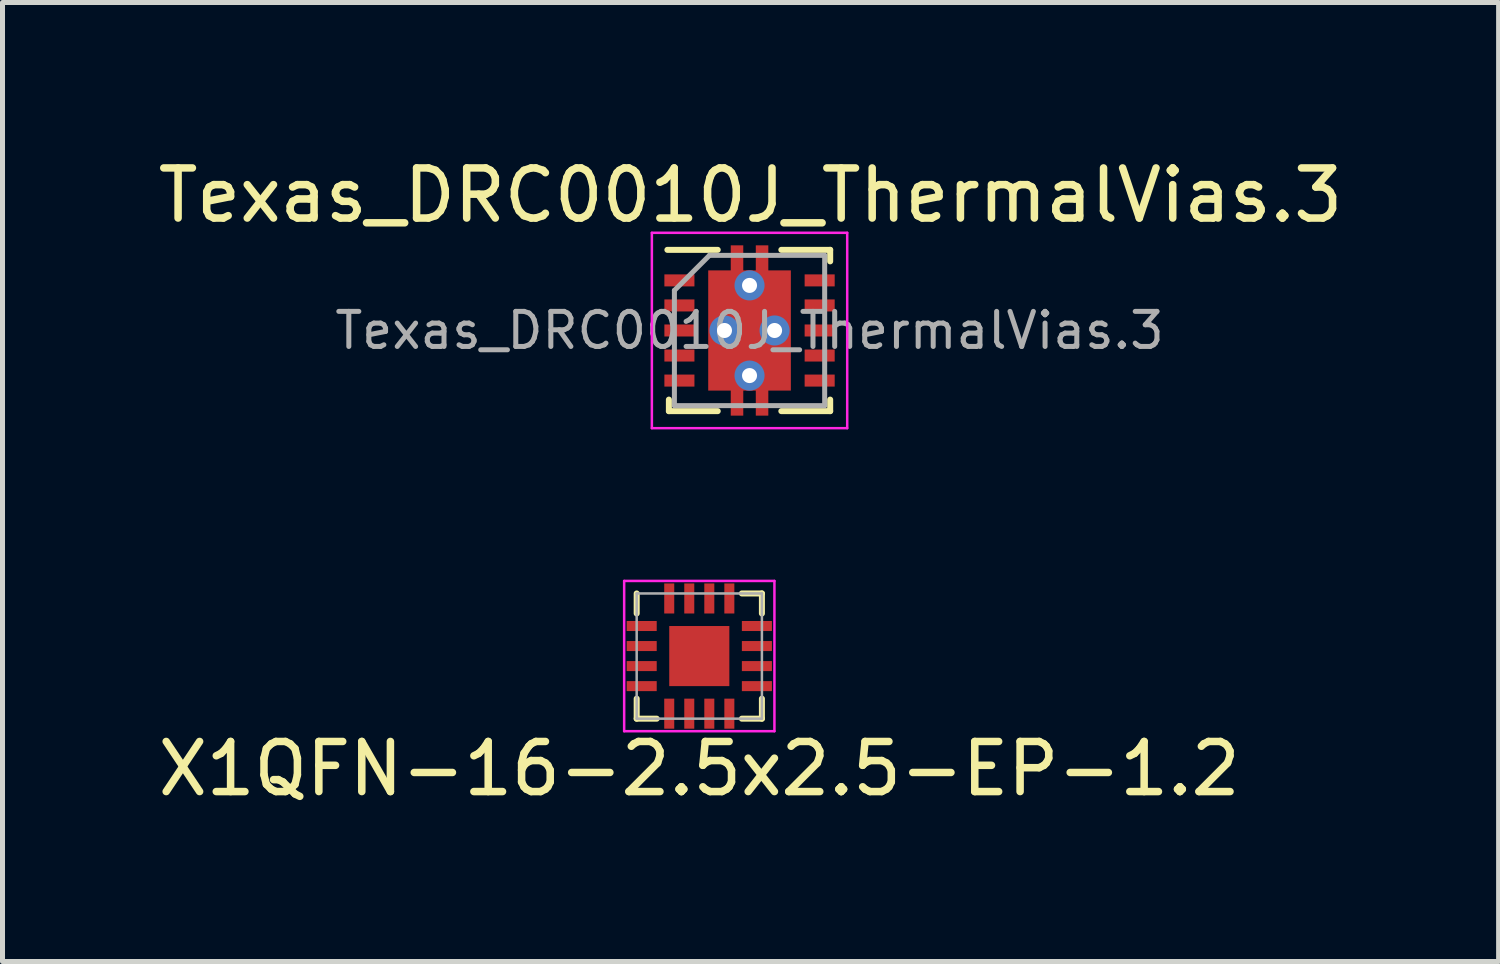
<source format=kicad_pcb>
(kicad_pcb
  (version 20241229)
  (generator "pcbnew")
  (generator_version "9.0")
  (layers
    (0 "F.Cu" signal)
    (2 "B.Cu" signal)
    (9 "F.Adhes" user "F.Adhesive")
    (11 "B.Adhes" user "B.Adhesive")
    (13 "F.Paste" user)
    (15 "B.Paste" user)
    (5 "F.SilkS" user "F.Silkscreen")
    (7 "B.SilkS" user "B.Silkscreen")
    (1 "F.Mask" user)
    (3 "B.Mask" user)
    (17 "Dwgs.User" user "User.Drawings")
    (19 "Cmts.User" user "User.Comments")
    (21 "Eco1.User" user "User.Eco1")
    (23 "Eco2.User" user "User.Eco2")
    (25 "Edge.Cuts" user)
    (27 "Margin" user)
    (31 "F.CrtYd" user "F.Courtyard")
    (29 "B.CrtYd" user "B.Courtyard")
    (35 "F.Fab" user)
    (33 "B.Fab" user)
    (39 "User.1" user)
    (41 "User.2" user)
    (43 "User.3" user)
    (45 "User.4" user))
  (footprint "X1QFN-16-2.5x2.5-EP-1.2"
    (layer "F.Cu")
    (at 10.911 10.048)
    (property "Reference" "X1QFN-16-2.5x2.5-EP-1.2" (at 0 2.25 0) (layer "F.SilkS") (effects (font (size 1 1) (thickness 0.15))))
    (attr smd)
    (fp_line (start -1.25 -0.85) (end -1.25 -1.25) (stroke (width 0.12) (type solid)) (layer "F.SilkS"))
    (fp_line (start -1.25 1.25) (end -1.25 0.85) (stroke (width 0.12) (type solid)) (layer "F.SilkS"))
    (fp_line (start -0.85 1.25) (end -1.25 1.25) (stroke (width 0.12) (type solid)) (layer "F.SilkS"))
    (fp_line (start 0.85 -1.25) (end 1.25 -1.25) (stroke (width 0.12) (type solid)) (layer "F.SilkS"))
    (fp_line (start 1.25 -1.25) (end 1.25 -0.85) (stroke (width 0.12) (type solid)) (layer "F.SilkS"))
    (fp_line (start 1.25 0.85) (end 1.25 1.25) (stroke (width 0.12) (type solid)) (layer "F.SilkS"))
    (fp_line (start 1.25 1.25) (end 0.85 1.25) (stroke (width 0.12) (type solid)) (layer "F.SilkS"))
    (fp_line (start -1.5 -1.5) (end 1.5 -1.5) (stroke (width 0.05) (type solid)) (layer "F.CrtYd"))
    (fp_line (start -1.5 1.5) (end -1.5 -1.5) (stroke (width 0.05) (type solid)) (layer "F.CrtYd"))
    (fp_line (start 1.5 -1.5) (end 1.5 1.5) (stroke (width 0.05) (type solid)) (layer "F.CrtYd"))
    (fp_line (start 1.5 1.5) (end -1.5 1.5) (stroke (width 0.05) (type solid)) (layer "F.CrtYd"))
    (fp_line (start -1.25 -1.25) (end 1.25 -1.25) (stroke (width 0.05) (type solid)) (layer "F.Fab"))
    (fp_line (start -1.25 1.25) (end -1.25 -1.25) (stroke (width 0.05) (type solid)) (layer "F.Fab"))
    (fp_line (start 1.25 -1.25) (end 1.25 1.25) (stroke (width 0.05) (type solid)) (layer "F.Fab"))
    (fp_line (start 1.25 1.25) (end -1.25 1.25) (stroke (width 0.05) (type solid)) (layer "F.Fab"))
    (pad "1" smd rect (at -1.15 -0.6) (size 0.6 0.2) (layers "F.Cu" "F.Mask" "F.Paste"))
    (pad "2" smd rect (at -1.15 -0.2) (size 0.6 0.2) (layers "F.Cu" "F.Mask" "F.Paste"))
    (pad "3" smd rect (at -1.15 0.2) (size 0.6 0.2) (layers "F.Cu" "F.Mask" "F.Paste"))
    (pad "4" smd rect (at -1.15 0.6) (size 0.6 0.2) (layers "F.Cu" "F.Mask" "F.Paste"))
    (pad "5" smd rect (at -0.6 1.15 90) (size 0.6 0.2) (layers "F.Cu" "F.Mask" "F.Paste"))
    (pad "6" smd rect (at -0.2 1.15 90) (size 0.6 0.2) (layers "F.Cu" "F.Mask" "F.Paste"))
    (pad "7" smd rect (at 0.2 1.15 90) (size 0.6 0.2) (layers "F.Cu" "F.Mask" "F.Paste"))
    (pad "8" smd rect (at 0.6 1.15 90) (size 0.6 0.2) (layers "F.Cu" "F.Mask" "F.Paste"))
    (pad "9" smd rect (at 1.15 0.6 180) (size 0.6 0.2) (layers "F.Cu" "F.Mask" "F.Paste"))
    (pad "10" smd rect (at 1.15 0.2 180) (size 0.6 0.2) (layers "F.Cu" "F.Mask" "F.Paste"))
    (pad "11" smd rect (at 1.15 -0.2 180) (size 0.6 0.2) (layers "F.Cu" "F.Mask" "F.Paste"))
    (pad "12" smd rect (at 1.15 -0.6 180) (size 0.6 0.2) (layers "F.Cu" "F.Mask" "F.Paste"))
    (pad "13" smd rect (at 0.6 -1.15 270) (size 0.6 0.2) (layers "F.Cu" "F.Mask" "F.Paste"))
    (pad "14" smd rect (at 0.2 -1.15 270) (size 0.6 0.2) (layers "F.Cu" "F.Mask" "F.Paste"))
    (pad "15" smd rect (at -0.2 -1.15 270) (size 0.6 0.2) (layers "F.Cu" "F.Mask" "F.Paste"))
    (pad "16" smd rect (at -0.6 -1.15 270) (size 0.6 0.2) (layers "F.Cu" "F.Mask" "F.Paste"))
    (pad "17" smd rect (at 0 0) (size 1.2 1.2) (layers "F.Cu" "F.Mask" "F.Paste")))
  (footprint "Texas_DRC0010J_ThermalVias.3"
    (layer "F.Cu")
    (at 11.914 3.548)
    (property "Reference" "Texas_DRC0010J_ThermalVias.3" (at 0.02 -2.7 0) (layer "F.SilkS") (effects (font (size 1 1) (thickness 0.15))))
    (attr smd)
    (fp_line (start -1.64 -1.61) (end -0.635 -1.61) (stroke (width 0.12) (type solid)) (layer "F.SilkS"))
    (fp_line (start -1.61 1.38) (end -1.61 1.61) (stroke (width 0.12) (type solid)) (layer "F.SilkS"))
    (fp_line (start -1.61 1.61) (end -0.635 1.61) (stroke (width 0.12) (type solid)) (layer "F.SilkS"))
    (fp_line (start 0.635 -1.61) (end 1.61 -1.61) (stroke (width 0.12) (type solid)) (layer "F.SilkS"))
    (fp_line (start 0.635 1.61) (end 1.61 1.61) (stroke (width 0.12) (type solid)) (layer "F.SilkS"))
    (fp_line (start 1.61 -1.61) (end 1.61 -1.38) (stroke (width 0.12) (type solid)) (layer "F.SilkS"))
    (fp_line (start 1.61 1.38) (end 1.61 1.61) (stroke (width 0.12) (type solid)) (layer "F.SilkS"))
    (fp_line (start -1.95 -1.95) (end -1.95 1.95) (stroke (width 0.05) (type solid)) (layer "F.CrtYd"))
    (fp_line (start -1.95 -1.95) (end 1.95 -1.95) (stroke (width 0.05) (type solid)) (layer "F.CrtYd"))
    (fp_line (start -1.95 1.95) (end 1.95 1.95) (stroke (width 0.05) (type solid)) (layer "F.CrtYd"))
    (fp_line (start 1.95 -1.95) (end 1.95 1.95) (stroke (width 0.05) (type solid)) (layer "F.CrtYd"))
    (fp_line (start -1.5 -0.8) (end -1.5 1.5) (stroke (width 0.1) (type solid)) (layer "F.Fab"))
    (fp_line (start -1.5 -0.8) (end -0.8 -1.5) (stroke (width 0.1) (type solid)) (layer "F.Fab"))
    (fp_line (start -1.5 1.5) (end 1.5 1.5) (stroke (width 0.1) (type solid)) (layer "F.Fab"))
    (fp_line (start -0.8 -1.5) (end 1.5 -1.5) (stroke (width 0.1) (type solid)) (layer "F.Fab"))
    (fp_line (start 1.5 -1.5) (end 1.5 1.5) (stroke (width 0.1) (type solid)) (layer "F.Fab"))
    (fp_text user "${REFERENCE}" (at 0 0 0) (layer "F.Fab") (effects (font (size 0.7 0.7) (thickness 0.1))))
    (pad "" smd roundrect (at -0.25 -1.53) (size 0.25 0.34) (layers "F.Paste") (roundrect_rratio 0.1))
    (pad "" smd roundrect (at -0.25 1.53) (size 0.25 0.34) (layers "F.Paste") (roundrect_rratio 0.1))
    (pad "" smd roundrect (at 0 -0.63) (size 1.5 1.06) (layers "F.Paste") (roundrect_rratio 0.1))
    (pad "" smd roundrect (at 0 0.63) (size 1.5 1.06) (layers "F.Paste") (roundrect_rratio 0.1))
    (pad "" smd roundrect (at 0.25 -1.53) (size 0.25 0.34) (layers "F.Paste") (roundrect_rratio 0.1))
    (pad "" smd roundrect (at 0.25 1.53) (size 0.25 0.34) (layers "F.Paste") (roundrect_rratio 0.1))
    (pad "1" smd rect (at -1.4 -1) (size 0.6 0.24) (layers "F.Cu" "F.Mask" "F.Paste"))
    (pad "2" smd rect (at -1.4 -0.5) (size 0.6 0.24) (layers "F.Cu" "F.Mask" "F.Paste"))
    (pad "3" smd rect (at -1.4 0) (size 0.6 0.24) (layers "F.Cu" "F.Mask" "F.Paste"))
    (pad "4" smd rect (at -1.4 0.5) (size 0.6 0.24) (layers "F.Cu" "F.Mask" "F.Paste"))
    (pad "5" smd rect (at -1.4 1) (size 0.6 0.24) (layers "F.Cu" "F.Mask" "F.Paste"))
    (pad "6" smd rect (at 1.4 1) (size 0.6 0.24) (layers "F.Cu" "F.Mask" "F.Paste"))
    (pad "7" smd rect (at 1.4 0.5) (size 0.6 0.24) (layers "F.Cu" "F.Mask" "F.Paste"))
    (pad "8" smd rect (at 1.4 0) (size 0.6 0.24) (layers "F.Cu" "F.Mask" "F.Paste"))
    (pad "9" smd rect (at 1.4 -0.5) (size 0.6 0.24) (layers "F.Cu" "F.Mask" "F.Paste"))
    (pad "10" smd rect (at 1.4 -1) (size 0.6 0.24) (layers "F.Cu" "F.Mask" "F.Paste"))
    (pad "11" thru_hole circle (at -0.5 0) (size 0.6 0.6) (drill 0.3) (layers "*.Cu"))
    (pad "11" thru_hole circle (at 0 -0.9) (size 0.6 0.6) (drill 0.3) (layers "*.Cu"))
    (pad "11" smd custom (at 0 0) (size 1.65 2.4) (layers "F.Cu" "F.Mask") (options (anchor rect)) (primitives (gr_poly (pts (xy -0.375 -1.1) (xy -0.375 -1.7) (xy -0.125 -1.7) (xy -0.125 -1.1) (xy 0.125 -1.1) (xy 0.125 -1.7) (xy 0.375 -1.7) (xy 0.375 1.7) (xy 0.125 1.7) (xy 0.125 1.1) (xy -0.125 1.1) (xy -0.125 1.7) (xy -0.375 1.7)) (width 0) (fill yes))))
    (pad "11" thru_hole circle (at 0 0.9) (size 0.6 0.6) (drill 0.3) (layers "*.Cu"))
    (pad "11" thru_hole circle (at 0.5 0) (size 0.6 0.6) (drill 0.3) (layers "*.Cu")))
  (gr_rect
    (start -3 -3)
    (end 26.869 16.146)
    (stroke (width 0.1) (type default))
    (fill no)
    (layer "Edge.Cuts")))
</source>
